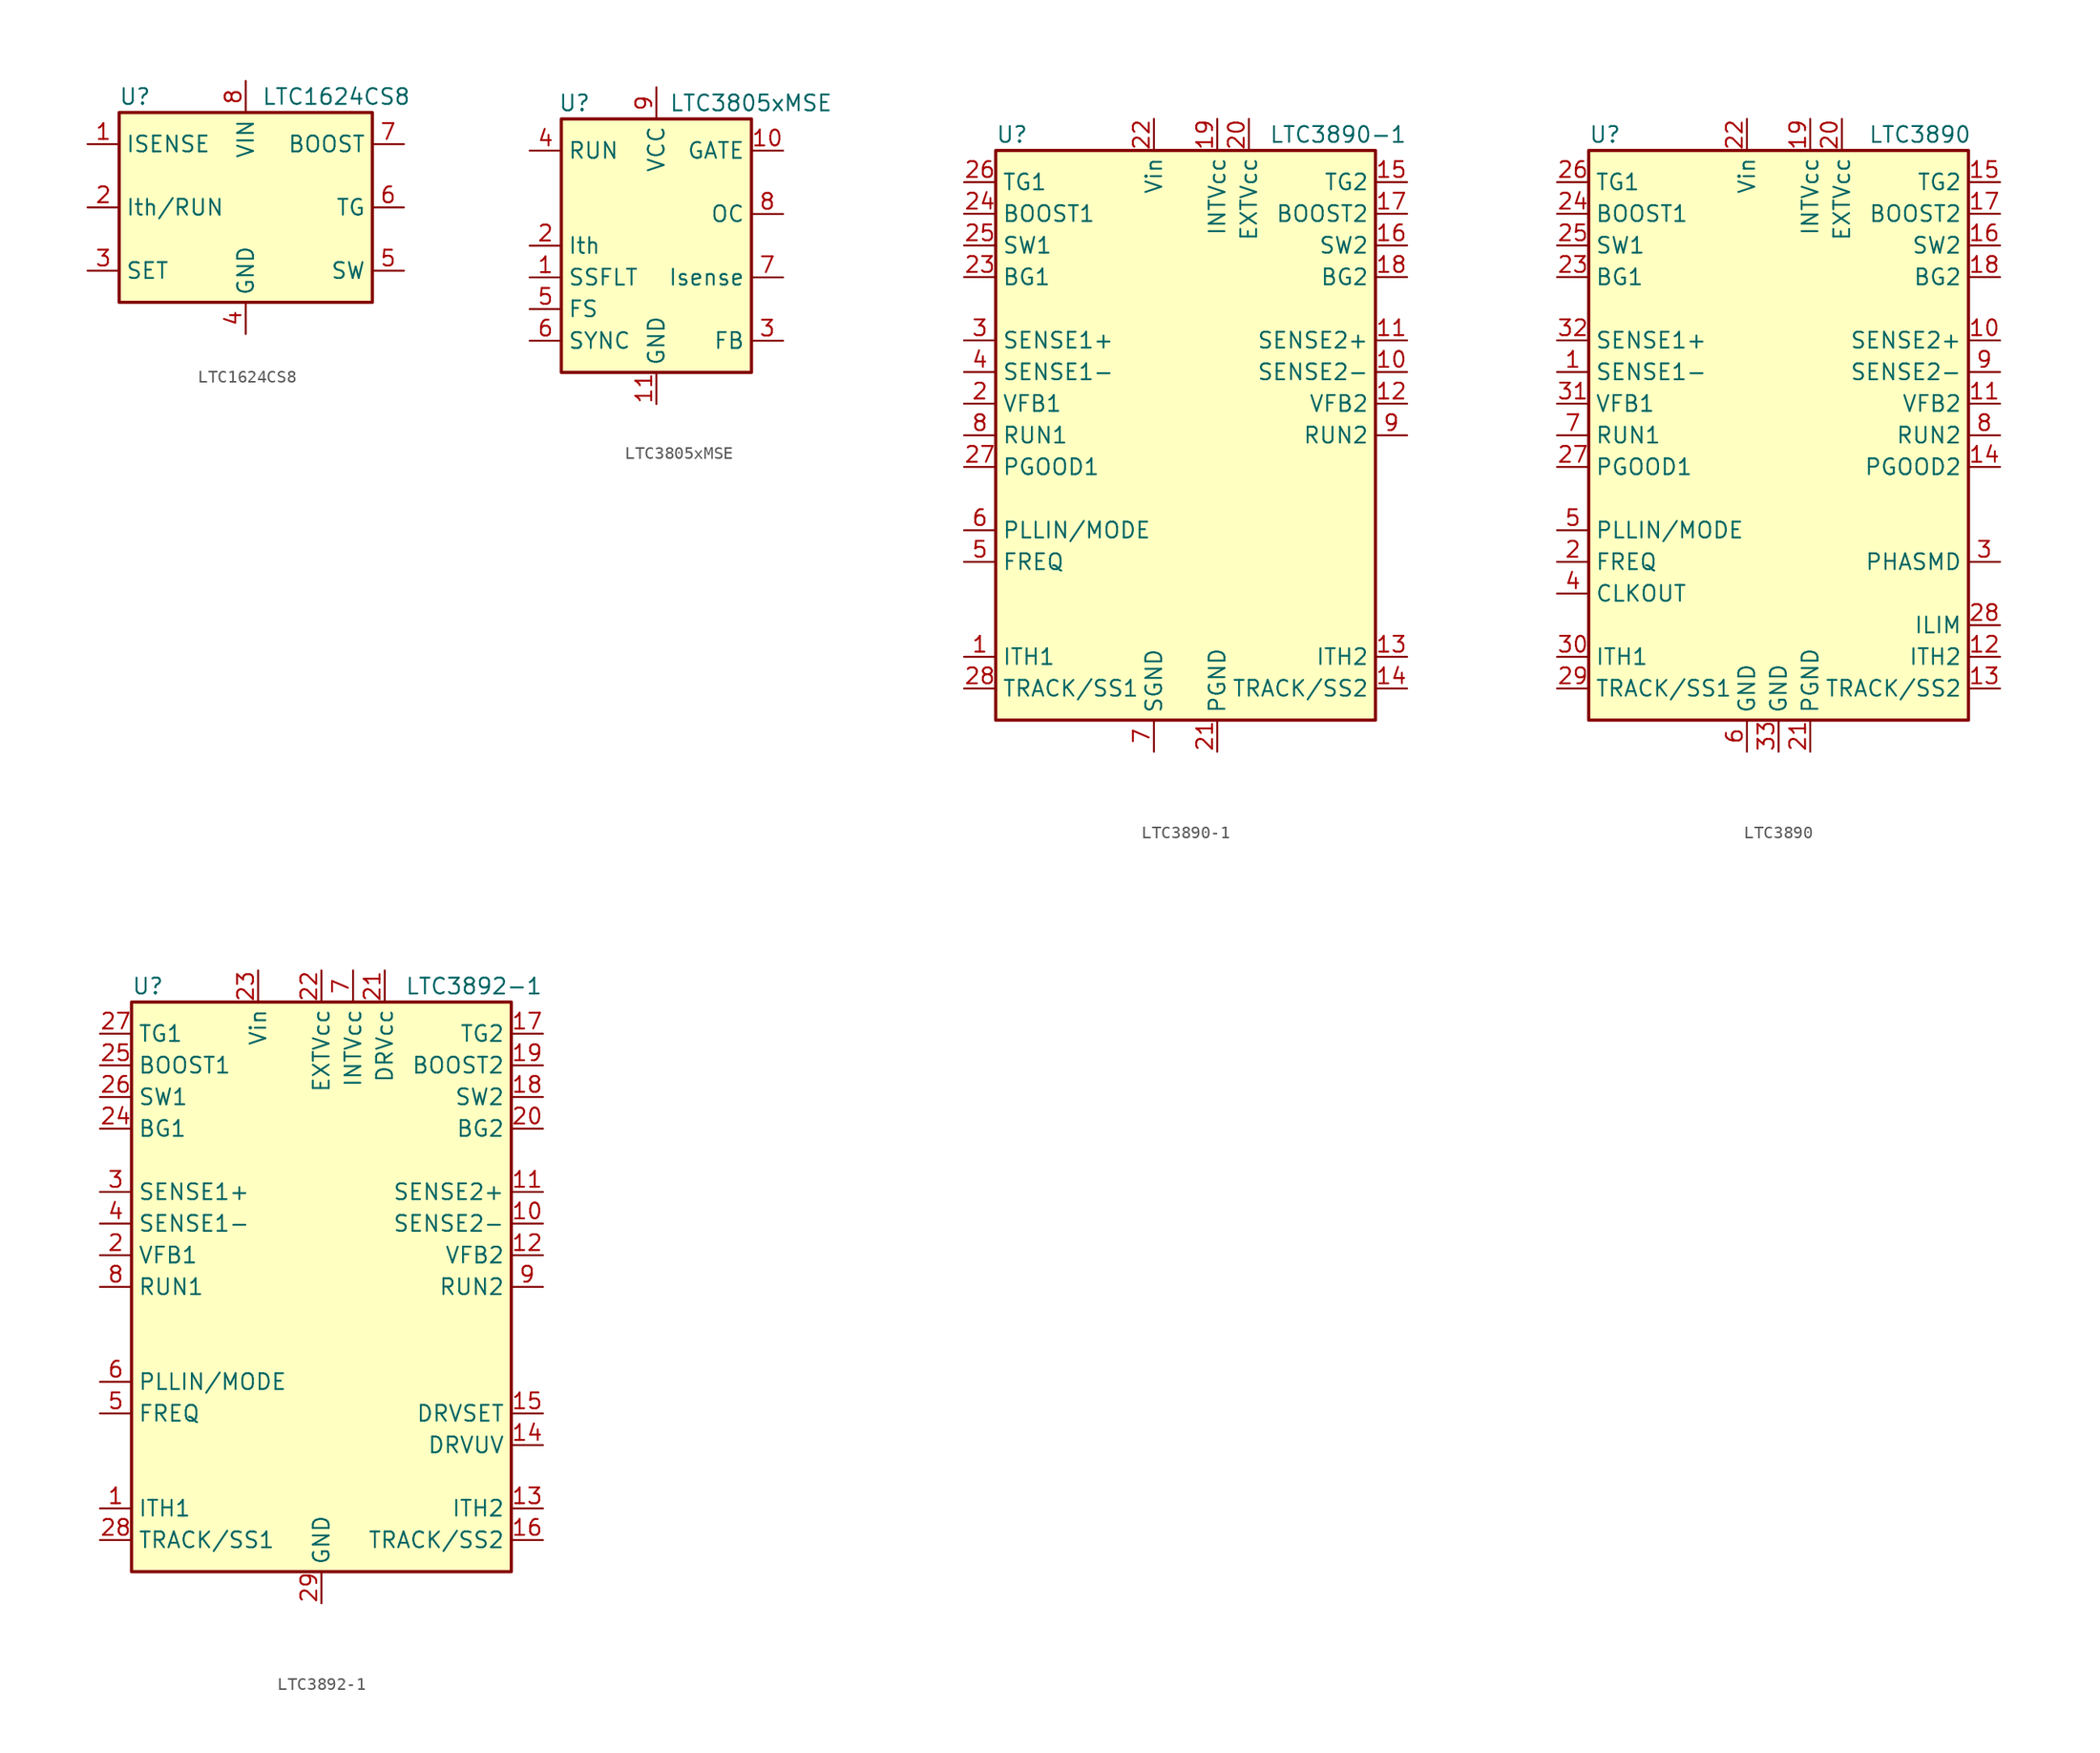
<source format=kicad_sym>
(kicad_symbol_lib
  (version 20201005)
  (generator kicad_symbol_editor)
  (symbol "LTC1624CS8"
    (property "Reference" "U"
      (at -8.89 8.89 0)
      (effects (font (size 1.27 1.27))))
    (property "Value" "LTC1624CS8"
      (at 1.27 8.89 0)
      (effects (font (size 1.27 1.27)) (justify left)))
    (symbol "LTC1624CS8_0_1"
      (rectangle (start -10.16 -7.62) (end 10.16 7.62) (stroke (width 0.254)) (fill (type background))))
    (symbol "LTC1624CS8_1_1"
      (pin input line (at -12.7 5.08 0) (length 2.54) (name "ISENSE" (effects (font (size 1.27 1.27)))) (number "1" (effects (font (size 1.27 1.27)))))
      (pin input line (at -12.7 0 0) (length 2.54) (name "Ith/RUN" (effects (font (size 1.27 1.27)))) (number "2" (effects (font (size 1.27 1.27)))))
      (pin input line (at -12.7 -5.08 0) (length 2.54) (name "SET" (effects (font (size 1.27 1.27)))) (number "3" (effects (font (size 1.27 1.27)))))
      (pin power_in line (at 0 -10.16 90) (length 2.54) (name "GND" (effects (font (size 1.27 1.27)))) (number "4" (effects (font (size 1.27 1.27)))))
      (pin input line (at 12.7 -5.08 180) (length 2.54) (name "SW" (effects (font (size 1.27 1.27)))) (number "5" (effects (font (size 1.27 1.27)))))
      (pin open_collector line (at 12.7 0 180) (length 2.54) (name "TG" (effects (font (size 1.27 1.27)))) (number "6" (effects (font (size 1.27 1.27)))))
      (pin output line (at 12.7 5.08 180) (length 2.54) (name "BOOST" (effects (font (size 1.27 1.27)))) (number "7" (effects (font (size 1.27 1.27)))))
      (pin power_in line (at 0 10.16 270) (length 2.54) (name "VIN" (effects (font (size 1.27 1.27)))) (number "8" (effects (font (size 1.27 1.27)))))))
  (symbol "LTC3805xMSE"
    (property "Reference" "U"
      (at -7.874 11.43 0)
      (effects (font (size 1.27 1.27)) (justify left)))
    (property "Value" "LTC3805xMSE"
      (at 1.016 11.43 0)
      (effects (font (size 1.27 1.27)) (justify left)))
    (symbol "LTC3805xMSE_0_1"
      (rectangle (start -7.62 10.16) (end 7.62 -10.16) (stroke (width 0.254)) (fill (type background))))
    (symbol "LTC3805xMSE_1_1"
      (pin passive line (at -10.16 -2.54 0) (length 2.54) (name "SSFLT" (effects (font (size 1.27 1.27)))) (number "1" (effects (font (size 1.27 1.27)))))
      (pin output line (at 10.16 7.62 180) (length 2.54) (name "GATE" (effects (font (size 1.27 1.27)))) (number "10" (effects (font (size 1.27 1.27)))))
      (pin power_in line (at 0 -12.7 90) (length 2.54) (name "GND" (effects (font (size 1.27 1.27)))) (number "11" (effects (font (size 1.27 1.27)))))
      (pin passive line (at -10.16 0 0) (length 2.54) (name "Ith" (effects (font (size 1.27 1.27)))) (number "2" (effects (font (size 1.27 1.27)))))
      (pin input line (at 10.16 -7.62 180) (length 2.54) (name "FB" (effects (font (size 1.27 1.27)))) (number "3" (effects (font (size 1.27 1.27)))))
      (pin input line (at -10.16 7.62 0) (length 2.54) (name "RUN" (effects (font (size 1.27 1.27)))) (number "4" (effects (font (size 1.27 1.27)))))
      (pin passive line (at -10.16 -5.08 0) (length 2.54) (name "FS" (effects (font (size 1.27 1.27)))) (number "5" (effects (font (size 1.27 1.27)))))
      (pin input line (at -10.16 -7.62 0) (length 2.54) (name "SYNC" (effects (font (size 1.27 1.27)))) (number "6" (effects (font (size 1.27 1.27)))))
      (pin input line (at 10.16 -2.54 180) (length 2.54) (name "Isense" (effects (font (size 1.27 1.27)))) (number "7" (effects (font (size 1.27 1.27)))))
      (pin input line (at 10.16 2.54 180) (length 2.54) (name "OC" (effects (font (size 1.27 1.27)))) (number "8" (effects (font (size 1.27 1.27)))))
      (pin power_in line (at 0 12.7 270) (length 2.54) (name "VCC" (effects (font (size 1.27 1.27)))) (number "9" (effects (font (size 1.27 1.27)))))))
  (symbol "LTC3890-1"
    (property "Reference" "U"
      (at -15.24 24.13 0)
      (effects (font (size 1.27 1.27)) (justify left)))
    (property "Value" "LTC3890-1"
      (at 17.78 24.13 0)
      (effects (font (size 1.27 1.27)) (justify right)))
    (symbol "LTC3890-1_0_1"
      (rectangle (start -15.24 22.86) (end 15.24 -22.86) (stroke (width 0.254)) (fill (type background))))
    (symbol "LTC3890-1_1_1"
      (pin passive line (at -17.78 -17.78 0) (length 2.54) (name "ITH1" (effects (font (size 1.27 1.27)))) (number "1" (effects (font (size 1.27 1.27)))))
      (pin input line (at 17.78 5.08 180) (length 2.54) (name "SENSE2-" (effects (font (size 1.27 1.27)))) (number "10" (effects (font (size 1.27 1.27)))))
      (pin input line (at 17.78 7.62 180) (length 2.54) (name "SENSE2+" (effects (font (size 1.27 1.27)))) (number "11" (effects (font (size 1.27 1.27)))))
      (pin input line (at 17.78 2.54 180) (length 2.54) (name "VFB2" (effects (font (size 1.27 1.27)))) (number "12" (effects (font (size 1.27 1.27)))))
      (pin passive line (at 17.78 -17.78 180) (length 2.54) (name "ITH2" (effects (font (size 1.27 1.27)))) (number "13" (effects (font (size 1.27 1.27)))))
      (pin input line (at 17.78 -20.32 180) (length 2.54) (name "TRACK/SS2" (effects (font (size 1.27 1.27)))) (number "14" (effects (font (size 1.27 1.27)))))
      (pin output line (at 17.78 20.32 180) (length 2.54) (name "TG2" (effects (font (size 1.27 1.27)))) (number "15" (effects (font (size 1.27 1.27)))))
      (pin output line (at 17.78 15.24 180) (length 2.54) (name "SW2" (effects (font (size 1.27 1.27)))) (number "16" (effects (font (size 1.27 1.27)))))
      (pin output line (at 17.78 17.78 180) (length 2.54) (name "BOOST2" (effects (font (size 1.27 1.27)))) (number "17" (effects (font (size 1.27 1.27)))))
      (pin output line (at 17.78 12.7 180) (length 2.54) (name "BG2" (effects (font (size 1.27 1.27)))) (number "18" (effects (font (size 1.27 1.27)))))
      (pin power_out line (at 2.54 25.4 270) (length 2.54) (name "INTVcc" (effects (font (size 1.27 1.27)))) (number "19" (effects (font (size 1.27 1.27)))))
      (pin input line (at -17.78 2.54 0) (length 2.54) (name "VFB1" (effects (font (size 1.27 1.27)))) (number "2" (effects (font (size 1.27 1.27)))))
      (pin power_in line (at 5.08 25.4 270) (length 2.54) (name "EXTVcc" (effects (font (size 1.27 1.27)))) (number "20" (effects (font (size 1.27 1.27)))))
      (pin power_in line (at 2.54 -25.4 90) (length 2.54) (name "PGND" (effects (font (size 1.27 1.27)))) (number "21" (effects (font (size 1.27 1.27)))))
      (pin power_in line (at -2.54 25.4 270) (length 2.54) (name "Vin" (effects (font (size 1.27 1.27)))) (number "22" (effects (font (size 1.27 1.27)))))
      (pin output line (at -17.78 12.7 0) (length 2.54) (name "BG1" (effects (font (size 1.27 1.27)))) (number "23" (effects (font (size 1.27 1.27)))))
      (pin output line (at -17.78 17.78 0) (length 2.54) (name "BOOST1" (effects (font (size 1.27 1.27)))) (number "24" (effects (font (size 1.27 1.27)))))
      (pin output line (at -17.78 15.24 0) (length 2.54) (name "SW1" (effects (font (size 1.27 1.27)))) (number "25" (effects (font (size 1.27 1.27)))))
      (pin output line (at -17.78 20.32 0) (length 2.54) (name "TG1" (effects (font (size 1.27 1.27)))) (number "26" (effects (font (size 1.27 1.27)))))
      (pin output line (at -17.78 -2.54 0) (length 2.54) (name "PGOOD1" (effects (font (size 1.27 1.27)))) (number "27" (effects (font (size 1.27 1.27)))))
      (pin input line (at -17.78 -20.32 0) (length 2.54) (name "TRACK/SS1" (effects (font (size 1.27 1.27)))) (number "28" (effects (font (size 1.27 1.27)))))
      (pin input line (at -17.78 7.62 0) (length 2.54) (name "SENSE1+" (effects (font (size 1.27 1.27)))) (number "3" (effects (font (size 1.27 1.27)))))
      (pin input line (at -17.78 5.08 0) (length 2.54) (name "SENSE1-" (effects (font (size 1.27 1.27)))) (number "4" (effects (font (size 1.27 1.27)))))
      (pin input line (at -17.78 -10.16 0) (length 2.54) (name "FREQ" (effects (font (size 1.27 1.27)))) (number "5" (effects (font (size 1.27 1.27)))))
      (pin input line (at -17.78 -7.62 0) (length 2.54) (name "PLLIN/MODE" (effects (font (size 1.27 1.27)))) (number "6" (effects (font (size 1.27 1.27)))))
      (pin power_in line (at -2.54 -25.4 90) (length 2.54) (name "SGND" (effects (font (size 1.27 1.27)))) (number "7" (effects (font (size 1.27 1.27)))))
      (pin input line (at -17.78 0 0) (length 2.54) (name "RUN1" (effects (font (size 1.27 1.27)))) (number "8" (effects (font (size 1.27 1.27)))))
      (pin input line (at 17.78 0 180) (length 2.54) (name "RUN2" (effects (font (size 1.27 1.27)))) (number "9" (effects (font (size 1.27 1.27)))))))
  (symbol "LTC3890"
    (property "Reference" "U"
      (at -15.24 24.13 0)
      (effects (font (size 1.27 1.27)) (justify left)))
    (property "Value" "LTC3890"
      (at 15.494 24.13 0)
      (effects (font (size 1.27 1.27)) (justify right)))
    (symbol "LTC3890_0_1"
      (rectangle (start -15.24 22.86) (end 15.24 -22.86) (stroke (width 0.254)) (fill (type background))))
    (symbol "LTC3890_1_1"
      (pin input line (at -17.78 5.08 0) (length 2.54) (name "SENSE1-" (effects (font (size 1.27 1.27)))) (number "1" (effects (font (size 1.27 1.27)))))
      (pin input line (at 17.78 7.62 180) (length 2.54) (name "SENSE2+" (effects (font (size 1.27 1.27)))) (number "10" (effects (font (size 1.27 1.27)))))
      (pin input line (at 17.78 2.54 180) (length 2.54) (name "VFB2" (effects (font (size 1.27 1.27)))) (number "11" (effects (font (size 1.27 1.27)))))
      (pin passive line (at 17.78 -17.78 180) (length 2.54) (name "ITH2" (effects (font (size 1.27 1.27)))) (number "12" (effects (font (size 1.27 1.27)))))
      (pin input line (at 17.78 -20.32 180) (length 2.54) (name "TRACK/SS2" (effects (font (size 1.27 1.27)))) (number "13" (effects (font (size 1.27 1.27)))))
      (pin output line (at 17.78 -2.54 180) (length 2.54) (name "PGOOD2" (effects (font (size 1.27 1.27)))) (number "14" (effects (font (size 1.27 1.27)))))
      (pin output line (at 17.78 20.32 180) (length 2.54) (name "TG2" (effects (font (size 1.27 1.27)))) (number "15" (effects (font (size 1.27 1.27)))))
      (pin output line (at 17.78 15.24 180) (length 2.54) (name "SW2" (effects (font (size 1.27 1.27)))) (number "16" (effects (font (size 1.27 1.27)))))
      (pin output line (at 17.78 17.78 180) (length 2.54) (name "BOOST2" (effects (font (size 1.27 1.27)))) (number "17" (effects (font (size 1.27 1.27)))))
      (pin output line (at 17.78 12.7 180) (length 2.54) (name "BG2" (effects (font (size 1.27 1.27)))) (number "18" (effects (font (size 1.27 1.27)))))
      (pin power_out line (at 2.54 25.4 270) (length 2.54) (name "INTVcc" (effects (font (size 1.27 1.27)))) (number "19" (effects (font (size 1.27 1.27)))))
      (pin input line (at -17.78 -10.16 0) (length 2.54) (name "FREQ" (effects (font (size 1.27 1.27)))) (number "2" (effects (font (size 1.27 1.27)))))
      (pin power_in line (at 5.08 25.4 270) (length 2.54) (name "EXTVcc" (effects (font (size 1.27 1.27)))) (number "20" (effects (font (size 1.27 1.27)))))
      (pin power_in line (at 2.54 -25.4 90) (length 2.54) (name "PGND" (effects (font (size 1.27 1.27)))) (number "21" (effects (font (size 1.27 1.27)))))
      (pin power_in line (at -2.54 25.4 270) (length 2.54) (name "Vin" (effects (font (size 1.27 1.27)))) (number "22" (effects (font (size 1.27 1.27)))))
      (pin output line (at -17.78 12.7 0) (length 2.54) (name "BG1" (effects (font (size 1.27 1.27)))) (number "23" (effects (font (size 1.27 1.27)))))
      (pin output line (at -17.78 17.78 0) (length 2.54) (name "BOOST1" (effects (font (size 1.27 1.27)))) (number "24" (effects (font (size 1.27 1.27)))))
      (pin output line (at -17.78 15.24 0) (length 2.54) (name "SW1" (effects (font (size 1.27 1.27)))) (number "25" (effects (font (size 1.27 1.27)))))
      (pin output line (at -17.78 20.32 0) (length 2.54) (name "TG1" (effects (font (size 1.27 1.27)))) (number "26" (effects (font (size 1.27 1.27)))))
      (pin output line (at -17.78 -2.54 0) (length 2.54) (name "PGOOD1" (effects (font (size 1.27 1.27)))) (number "27" (effects (font (size 1.27 1.27)))))
      (pin input line (at 17.78 -15.24 180) (length 2.54) (name "ILIM" (effects (font (size 1.27 1.27)))) (number "28" (effects (font (size 1.27 1.27)))))
      (pin input line (at -17.78 -20.32 0) (length 2.54) (name "TRACK/SS1" (effects (font (size 1.27 1.27)))) (number "29" (effects (font (size 1.27 1.27)))))
      (pin input line (at 17.78 -10.16 180) (length 2.54) (name "PHASMD" (effects (font (size 1.27 1.27)))) (number "3" (effects (font (size 1.27 1.27)))))
      (pin passive line (at -17.78 -17.78 0) (length 2.54) (name "ITH1" (effects (font (size 1.27 1.27)))) (number "30" (effects (font (size 1.27 1.27)))))
      (pin input line (at -17.78 2.54 0) (length 2.54) (name "VFB1" (effects (font (size 1.27 1.27)))) (number "31" (effects (font (size 1.27 1.27)))))
      (pin input line (at -17.78 7.62 0) (length 2.54) (name "SENSE1+" (effects (font (size 1.27 1.27)))) (number "32" (effects (font (size 1.27 1.27)))))
      (pin power_in line (at 0 -25.4 90) (length 2.54) (name "GND" (effects (font (size 1.27 1.27)))) (number "33" (effects (font (size 1.27 1.27)))))
      (pin output line (at -17.78 -12.7 0) (length 2.54) (name "CLKOUT" (effects (font (size 1.27 1.27)))) (number "4" (effects (font (size 1.27 1.27)))))
      (pin input line (at -17.78 -7.62 0) (length 2.54) (name "PLLIN/MODE" (effects (font (size 1.27 1.27)))) (number "5" (effects (font (size 1.27 1.27)))))
      (pin power_in line (at -2.54 -25.4 90) (length 2.54) (name "GND" (effects (font (size 1.27 1.27)))) (number "6" (effects (font (size 1.27 1.27)))))
      (pin input line (at -17.78 0 0) (length 2.54) (name "RUN1" (effects (font (size 1.27 1.27)))) (number "7" (effects (font (size 1.27 1.27)))))
      (pin input line (at 17.78 0 180) (length 2.54) (name "RUN2" (effects (font (size 1.27 1.27)))) (number "8" (effects (font (size 1.27 1.27)))))
      (pin input line (at 17.78 5.08 180) (length 2.54) (name "SENSE2-" (effects (font (size 1.27 1.27)))) (number "9" (effects (font (size 1.27 1.27)))))))
  (symbol "LTC3892-1"
    (property "Reference" "U"
      (at -15.24 24.13 0)
      (effects (font (size 1.27 1.27)) (justify left)))
    (property "Value" "LTC3892-1"
      (at 17.78 24.13 0)
      (effects (font (size 1.27 1.27)) (justify right)))
    (symbol "LTC3892-1_0_1"
      (rectangle (start -15.24 22.86) (end 15.24 -22.86) (stroke (width 0.254)) (fill (type background))))
    (symbol "LTC3892-1_1_1"
      (pin passive line (at -17.78 -17.78 0) (length 2.54) (name "ITH1" (effects (font (size 1.27 1.27)))) (number "1" (effects (font (size 1.27 1.27)))))
      (pin input line (at 17.78 5.08 180) (length 2.54) (name "SENSE2-" (effects (font (size 1.27 1.27)))) (number "10" (effects (font (size 1.27 1.27)))))
      (pin input line (at 17.78 7.62 180) (length 2.54) (name "SENSE2+" (effects (font (size 1.27 1.27)))) (number "11" (effects (font (size 1.27 1.27)))))
      (pin input line (at 17.78 2.54 180) (length 2.54) (name "VFB2" (effects (font (size 1.27 1.27)))) (number "12" (effects (font (size 1.27 1.27)))))
      (pin passive line (at 17.78 -17.78 180) (length 2.54) (name "ITH2" (effects (font (size 1.27 1.27)))) (number "13" (effects (font (size 1.27 1.27)))))
      (pin input line (at 17.78 -12.7 180) (length 2.54) (name "DRVUV" (effects (font (size 1.27 1.27)))) (number "14" (effects (font (size 1.27 1.27)))))
      (pin input line (at 17.78 -10.16 180) (length 2.54) (name "DRVSET" (effects (font (size 1.27 1.27)))) (number "15" (effects (font (size 1.27 1.27)))))
      (pin input line (at 17.78 -20.32 180) (length 2.54) (name "TRACK/SS2" (effects (font (size 1.27 1.27)))) (number "16" (effects (font (size 1.27 1.27)))))
      (pin output line (at 17.78 20.32 180) (length 2.54) (name "TG2" (effects (font (size 1.27 1.27)))) (number "17" (effects (font (size 1.27 1.27)))))
      (pin output line (at 17.78 15.24 180) (length 2.54) (name "SW2" (effects (font (size 1.27 1.27)))) (number "18" (effects (font (size 1.27 1.27)))))
      (pin output line (at 17.78 17.78 180) (length 2.54) (name "BOOST2" (effects (font (size 1.27 1.27)))) (number "19" (effects (font (size 1.27 1.27)))))
      (pin input line (at -17.78 2.54 0) (length 2.54) (name "VFB1" (effects (font (size 1.27 1.27)))) (number "2" (effects (font (size 1.27 1.27)))))
      (pin output line (at 17.78 12.7 180) (length 2.54) (name "BG2" (effects (font (size 1.27 1.27)))) (number "20" (effects (font (size 1.27 1.27)))))
      (pin power_out line (at 5.08 25.4 270) (length 2.54) (name "DRVcc" (effects (font (size 1.27 1.27)))) (number "21" (effects (font (size 1.27 1.27)))))
      (pin power_in line (at 0 25.4 270) (length 2.54) (name "EXTVcc" (effects (font (size 1.27 1.27)))) (number "22" (effects (font (size 1.27 1.27)))))
      (pin power_in line (at -5.08 25.4 270) (length 2.54) (name "Vin" (effects (font (size 1.27 1.27)))) (number "23" (effects (font (size 1.27 1.27)))))
      (pin output line (at -17.78 12.7 0) (length 2.54) (name "BG1" (effects (font (size 1.27 1.27)))) (number "24" (effects (font (size 1.27 1.27)))))
      (pin output line (at -17.78 17.78 0) (length 2.54) (name "BOOST1" (effects (font (size 1.27 1.27)))) (number "25" (effects (font (size 1.27 1.27)))))
      (pin output line (at -17.78 15.24 0) (length 2.54) (name "SW1" (effects (font (size 1.27 1.27)))) (number "26" (effects (font (size 1.27 1.27)))))
      (pin output line (at -17.78 20.32 0) (length 2.54) (name "TG1" (effects (font (size 1.27 1.27)))) (number "27" (effects (font (size 1.27 1.27)))))
      (pin input line (at -17.78 -20.32 0) (length 2.54) (name "TRACK/SS1" (effects (font (size 1.27 1.27)))) (number "28" (effects (font (size 1.27 1.27)))))
      (pin power_in line (at 0 -25.4 90) (length 2.54) (name "GND" (effects (font (size 1.27 1.27)))) (number "29" (effects (font (size 1.27 1.27)))))
      (pin input line (at -17.78 7.62 0) (length 2.54) (name "SENSE1+" (effects (font (size 1.27 1.27)))) (number "3" (effects (font (size 1.27 1.27)))))
      (pin input line (at -17.78 5.08 0) (length 2.54) (name "SENSE1-" (effects (font (size 1.27 1.27)))) (number "4" (effects (font (size 1.27 1.27)))))
      (pin input line (at -17.78 -10.16 0) (length 2.54) (name "FREQ" (effects (font (size 1.27 1.27)))) (number "5" (effects (font (size 1.27 1.27)))))
      (pin input line (at -17.78 -7.62 0) (length 2.54) (name "PLLIN/MODE" (effects (font (size 1.27 1.27)))) (number "6" (effects (font (size 1.27 1.27)))))
      (pin power_out line (at 2.54 25.4 270) (length 2.54) (name "INTVcc" (effects (font (size 1.27 1.27)))) (number "7" (effects (font (size 1.27 1.27)))))
      (pin input line (at -17.78 0 0) (length 2.54) (name "RUN1" (effects (font (size 1.27 1.27)))) (number "8" (effects (font (size 1.27 1.27)))))
      (pin input line (at 17.78 0 180) (length 2.54) (name "RUN2" (effects (font (size 1.27 1.27)))) (number "9" (effects (font (size 1.27 1.27))))))))
</source>
